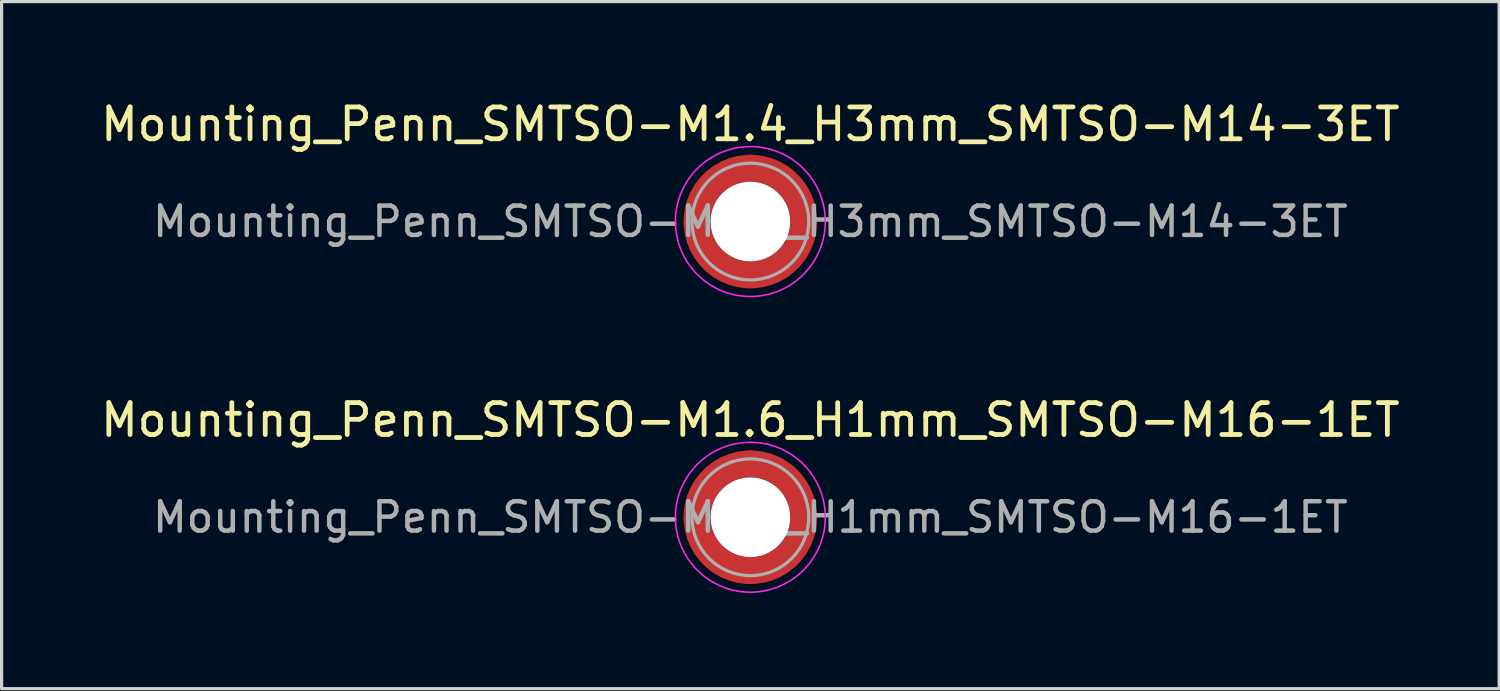
<source format=kicad_pcb>
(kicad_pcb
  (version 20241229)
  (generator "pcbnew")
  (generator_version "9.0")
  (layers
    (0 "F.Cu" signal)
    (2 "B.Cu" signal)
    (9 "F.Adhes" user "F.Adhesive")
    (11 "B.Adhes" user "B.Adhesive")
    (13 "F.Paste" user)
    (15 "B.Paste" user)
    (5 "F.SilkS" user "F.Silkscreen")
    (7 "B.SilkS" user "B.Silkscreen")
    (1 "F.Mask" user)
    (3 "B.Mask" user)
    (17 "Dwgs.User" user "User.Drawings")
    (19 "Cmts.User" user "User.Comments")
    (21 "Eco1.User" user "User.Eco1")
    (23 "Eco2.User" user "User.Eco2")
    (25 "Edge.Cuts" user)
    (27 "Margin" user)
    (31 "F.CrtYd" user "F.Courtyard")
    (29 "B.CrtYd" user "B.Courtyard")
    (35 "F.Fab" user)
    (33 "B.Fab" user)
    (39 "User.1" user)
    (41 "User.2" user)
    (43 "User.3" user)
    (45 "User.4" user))
  (footprint "Mounting_Penn_SMTSO-M1.4_H3mm_SMTSO-M14-3ET"
    (layer "F.Cu")
    (at 20.482 3.898)
    (property "Reference" "Mounting_Penn_SMTSO-M1.4_H3mm_SMTSO-M14-3ET" (at 0 -3.05 0) (layer "F.SilkS") (effects (font (size 1 1) (thickness 0.15))))
    (attr smd)
    (fp_circle (center 0 0) (end 2.35 0) (stroke (width 0.05) (type solid)) (fill no) (layer "F.CrtYd"))
    (fp_circle (center 0 0) (end 1.83 0) (stroke (width 0.1) (type solid)) (fill no) (layer "F.Fab"))
    (fp_text user "${REFERENCE}" (at 0 0 0) (layer "F.Fab") (effects (font (size 0.92 0.92) (thickness 0.14))))
    (pad "" smd custom (at -1.183 -1.183) (size 0.323 0.323) (layers "F.Paste") (options (anchor circle)) (primitives (gr_arc (start -0.23599 0.882636) (mid 0.157331 0.157331) (end 0.882636 -0.23599) (width 0.2)) (gr_arc (start -0.326841 0.882636) (mid 0.094399 0.094399) (end 0.882636 -0.326841) (width 0.2)) (gr_arc (start -0.417484 0.882636) (mid 0.031466 0.031466) (end 0.882636 -0.417484) (width 0.2)) (gr_arc (start -0.507952 0.882636) (mid -0.031466 -0.031466) (end 0.882636 -0.507952) (width 0.2)) (gr_arc (start -0.598273 0.882636) (mid -0.094399 -0.094399) (end 0.882636 -0.598273) (width 0.2)) (gr_arc (start -0.688467 0.882636) (mid -0.157332 -0.157332) (end 0.882636 -0.688467) (width 0.2)) (gr_line (start 0.883 -0.236) (end 0.883 -0.688) (width 0.2)) (gr_line (start -0.236 0.883) (end -0.688 0.883) (width 0.2))))
    (pad "" smd custom (at -1.183 1.183) (size 0.323 0.323) (layers "F.Paste") (options (anchor circle)) (primitives (gr_arc (start 0.882636 0.23599) (mid 0.157331 -0.157331) (end -0.23599 -0.882636) (width 0.2)) (gr_arc (start 0.882636 0.326841) (mid 0.094399 -0.094399) (end -0.326841 -0.882636) (width 0.2)) (gr_arc (start 0.882636 0.417484) (mid 0.031466 -0.031466) (end -0.417484 -0.882636) (width 0.2)) (gr_arc (start 0.882636 0.507952) (mid -0.031466 0.031466) (end -0.507952 -0.882636) (width 0.2)) (gr_arc (start 0.882636 0.598273) (mid -0.094399 0.094399) (end -0.598273 -0.882636) (width 0.2)) (gr_arc (start 0.882636 0.688467) (mid -0.157332 0.157332) (end -0.688467 -0.882636) (width 0.2)) (gr_line (start -0.236 -0.883) (end -0.688 -0.883) (width 0.2)) (gr_line (start 0.883 0.236) (end 0.883 0.688) (width 0.2))))
    (pad "" np_thru_hole circle (at 0 0) (size 2.5 2.5) (drill 2.5) (layers "*.Cu" "*.Mask"))
    (pad "" smd custom (at 1.183 -1.183) (size 0.323 0.323) (layers "F.Paste") (options (anchor circle)) (primitives (gr_arc (start -0.882636 -0.23599) (mid -0.157331 0.157331) (end 0.23599 0.882636) (width 0.2)) (gr_arc (start -0.882636 -0.326841) (mid -0.094399 0.094399) (end 0.326841 0.882636) (width 0.2)) (gr_arc (start -0.882636 -0.417484) (mid -0.031466 0.031466) (end 0.417484 0.882636) (width 0.2)) (gr_arc (start -0.882636 -0.507952) (mid 0.031466 -0.031466) (end 0.507952 0.882636) (width 0.2)) (gr_arc (start -0.882636 -0.598273) (mid 0.094399 -0.094399) (end 0.598273 0.882636) (width 0.2)) (gr_arc (start -0.882636 -0.688467) (mid 0.157332 -0.157332) (end 0.688467 0.882636) (width 0.2)) (gr_line (start 0.236 0.883) (end 0.688 0.883) (width 0.2)) (gr_line (start -0.883 -0.236) (end -0.883 -0.688) (width 0.2))))
    (pad "" smd custom (at 1.183 1.183) (size 0.323 0.323) (layers "F.Paste") (options (anchor circle)) (primitives (gr_arc (start 0.23599 -0.882636) (mid -0.157331 -0.157331) (end -0.882636 0.23599) (width 0.2)) (gr_arc (start 0.326841 -0.882636) (mid -0.094399 -0.094399) (end -0.882636 0.326841) (width 0.2)) (gr_arc (start 0.417484 -0.882636) (mid -0.031466 -0.031466) (end -0.882636 0.417484) (width 0.2)) (gr_arc (start 0.507952 -0.882636) (mid 0.031466 0.031466) (end -0.882636 0.507952) (width 0.2)) (gr_arc (start 0.598273 -0.882636) (mid 0.094399 0.094399) (end -0.882636 0.598273) (width 0.2)) (gr_arc (start 0.688467 -0.882636) (mid 0.157332 0.157332) (end -0.882636 0.688467) (width 0.2)) (gr_line (start -0.883 0.236) (end -0.883 0.688) (width 0.2)) (gr_line (start 0.236 -0.883) (end 0.688 -0.883) (width 0.2))))
    (pad "1" smd circle (at -1.673 0) (size 0.845 0.845) (layers "F.Cu"))
    (pad "1" smd circle (at 0 -1.673) (size 0.845 0.845) (layers "F.Cu"))
    (pad "1" smd circle (at 0 1.673) (size 0.845 0.845) (layers "F.Cu"))
    (pad "1" smd custom (at 1.673 0) (size 0.845 0.845) (layers "F.Cu" "F.Mask") (options (anchor circle)) (primitives (gr_circle (center -1.673 0) (end 0 0) (width 0.845) (fill no)))))
  (footprint "Mounting_Penn_SMTSO-M1.6_H1mm_SMTSO-M16-1ET"
    (layer "F.Cu")
    (at 20.482 13.171)
    (property "Reference" "Mounting_Penn_SMTSO-M1.6_H1mm_SMTSO-M16-1ET" (at 0 -3.05 0) (layer "F.SilkS") (effects (font (size 1 1) (thickness 0.15))))
    (attr smd)
    (fp_circle (center 0 0) (end 2.35 0) (stroke (width 0.05) (type solid)) (fill no) (layer "F.CrtYd"))
    (fp_circle (center 0 0) (end 1.83 0) (stroke (width 0.1) (type solid)) (fill no) (layer "F.Fab"))
    (fp_text user "${REFERENCE}" (at 0 0 0) (layer "F.Fab") (effects (font (size 0.92 0.92) (thickness 0.14))))
    (pad "" smd custom (at -1.183 -1.183) (size 0.323 0.323) (layers "F.Paste") (options (anchor circle)) (primitives (gr_arc (start -0.23599 0.882636) (mid 0.157331 0.157331) (end 0.882636 -0.23599) (width 0.2)) (gr_arc (start -0.326841 0.882636) (mid 0.094399 0.094399) (end 0.882636 -0.326841) (width 0.2)) (gr_arc (start -0.417484 0.882636) (mid 0.031466 0.031466) (end 0.882636 -0.417484) (width 0.2)) (gr_arc (start -0.507952 0.882636) (mid -0.031466 -0.031466) (end 0.882636 -0.507952) (width 0.2)) (gr_arc (start -0.598273 0.882636) (mid -0.094399 -0.094399) (end 0.882636 -0.598273) (width 0.2)) (gr_arc (start -0.688467 0.882636) (mid -0.157332 -0.157332) (end 0.882636 -0.688467) (width 0.2)) (gr_line (start 0.883 -0.236) (end 0.883 -0.688) (width 0.2)) (gr_line (start -0.236 0.883) (end -0.688 0.883) (width 0.2))))
    (pad "" smd custom (at -1.183 1.183) (size 0.323 0.323) (layers "F.Paste") (options (anchor circle)) (primitives (gr_arc (start 0.882636 0.23599) (mid 0.157331 -0.157331) (end -0.23599 -0.882636) (width 0.2)) (gr_arc (start 0.882636 0.326841) (mid 0.094399 -0.094399) (end -0.326841 -0.882636) (width 0.2)) (gr_arc (start 0.882636 0.417484) (mid 0.031466 -0.031466) (end -0.417484 -0.882636) (width 0.2)) (gr_arc (start 0.882636 0.507952) (mid -0.031466 0.031466) (end -0.507952 -0.882636) (width 0.2)) (gr_arc (start 0.882636 0.598273) (mid -0.094399 0.094399) (end -0.598273 -0.882636) (width 0.2)) (gr_arc (start 0.882636 0.688467) (mid -0.157332 0.157332) (end -0.688467 -0.882636) (width 0.2)) (gr_line (start -0.236 -0.883) (end -0.688 -0.883) (width 0.2)) (gr_line (start 0.883 0.236) (end 0.883 0.688) (width 0.2))))
    (pad "" np_thru_hole circle (at 0 0) (size 2.5 2.5) (drill 2.5) (layers "*.Cu" "*.Mask"))
    (pad "" smd custom (at 1.183 -1.183) (size 0.323 0.323) (layers "F.Paste") (options (anchor circle)) (primitives (gr_arc (start -0.882636 -0.23599) (mid -0.157331 0.157331) (end 0.23599 0.882636) (width 0.2)) (gr_arc (start -0.882636 -0.326841) (mid -0.094399 0.094399) (end 0.326841 0.882636) (width 0.2)) (gr_arc (start -0.882636 -0.417484) (mid -0.031466 0.031466) (end 0.417484 0.882636) (width 0.2)) (gr_arc (start -0.882636 -0.507952) (mid 0.031466 -0.031466) (end 0.507952 0.882636) (width 0.2)) (gr_arc (start -0.882636 -0.598273) (mid 0.094399 -0.094399) (end 0.598273 0.882636) (width 0.2)) (gr_arc (start -0.882636 -0.688467) (mid 0.157332 -0.157332) (end 0.688467 0.882636) (width 0.2)) (gr_line (start 0.236 0.883) (end 0.688 0.883) (width 0.2)) (gr_line (start -0.883 -0.236) (end -0.883 -0.688) (width 0.2))))
    (pad "" smd custom (at 1.183 1.183) (size 0.323 0.323) (layers "F.Paste") (options (anchor circle)) (primitives (gr_arc (start 0.23599 -0.882636) (mid -0.157331 -0.157331) (end -0.882636 0.23599) (width 0.2)) (gr_arc (start 0.326841 -0.882636) (mid -0.094399 -0.094399) (end -0.882636 0.326841) (width 0.2)) (gr_arc (start 0.417484 -0.882636) (mid -0.031466 -0.031466) (end -0.882636 0.417484) (width 0.2)) (gr_arc (start 0.507952 -0.882636) (mid 0.031466 0.031466) (end -0.882636 0.507952) (width 0.2)) (gr_arc (start 0.598273 -0.882636) (mid 0.094399 0.094399) (end -0.882636 0.598273) (width 0.2)) (gr_arc (start 0.688467 -0.882636) (mid 0.157332 0.157332) (end -0.882636 0.688467) (width 0.2)) (gr_line (start -0.883 0.236) (end -0.883 0.688) (width 0.2)) (gr_line (start 0.236 -0.883) (end 0.688 -0.883) (width 0.2))))
    (pad "1" smd circle (at -1.673 0) (size 0.845 0.845) (layers "F.Cu"))
    (pad "1" smd circle (at 0 -1.673) (size 0.845 0.845) (layers "F.Cu"))
    (pad "1" smd circle (at 0 1.673) (size 0.845 0.845) (layers "F.Cu"))
    (pad "1" smd custom (at 1.673 0) (size 0.845 0.845) (layers "F.Cu" "F.Mask") (options (anchor circle)) (primitives (gr_circle (center -1.673 0) (end 0 0) (width 0.845) (fill no)))))
  (gr_rect
    (start -3 -3)
    (end 43.964 18.547)
    (stroke (width 0.1) (type default))
    (fill no)
    (layer "Edge.Cuts")))
</source>
